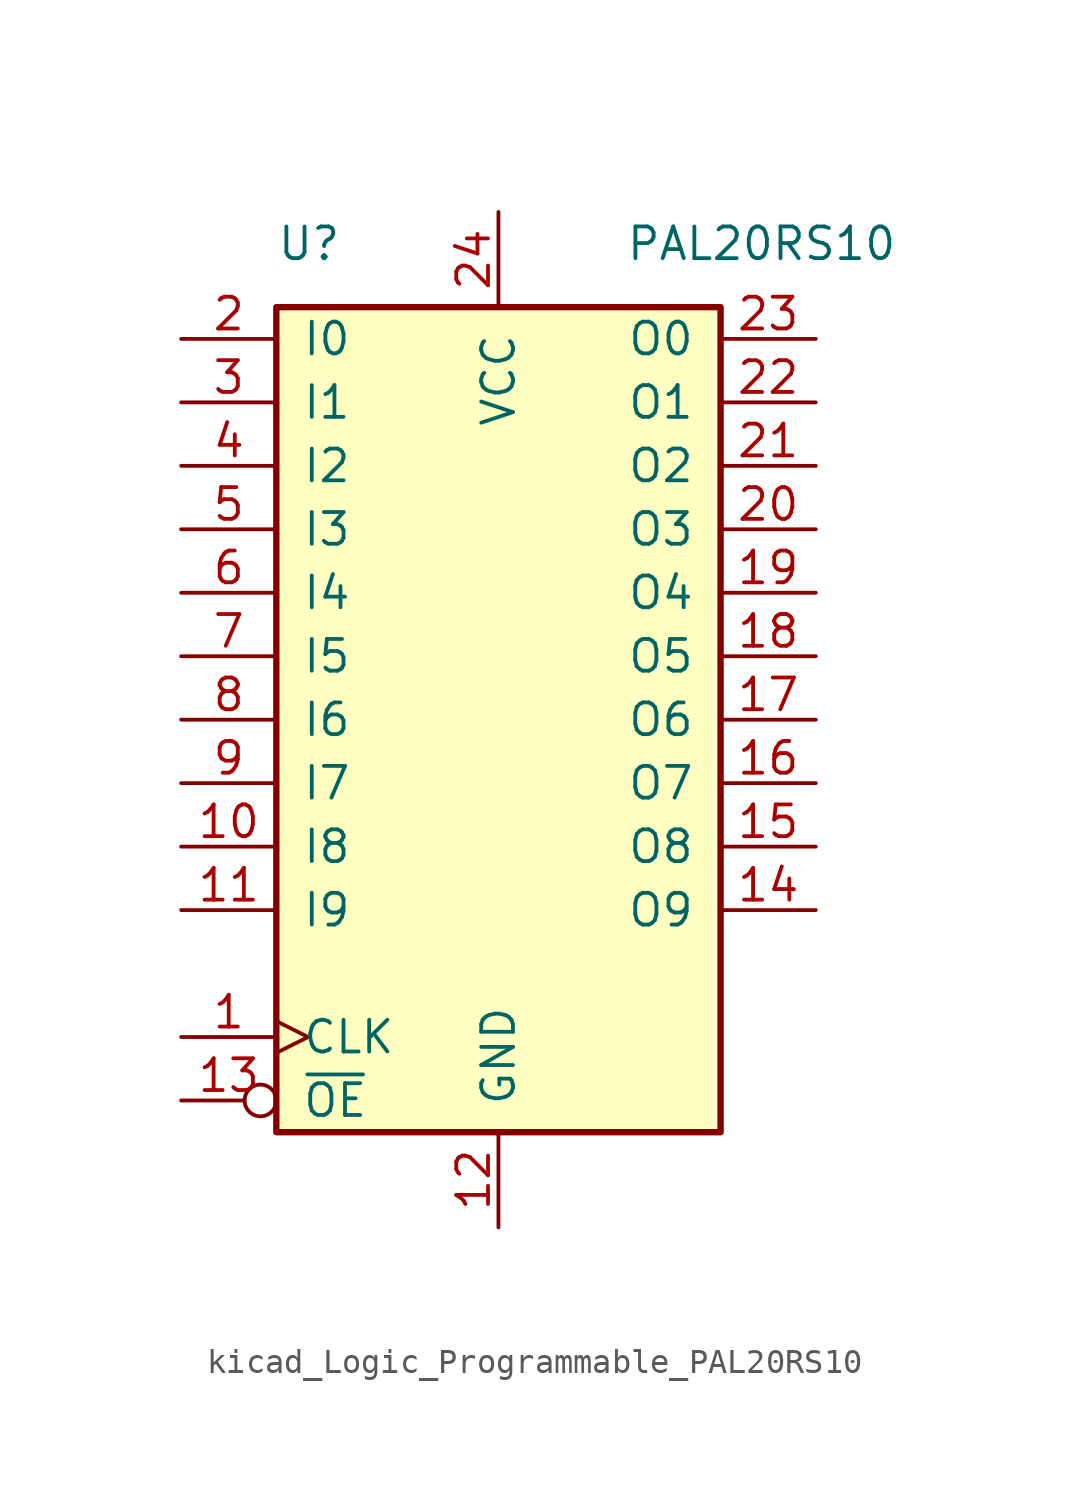
<source format=kicad_sym>
(kicad_symbol_lib
  (version 20220914)
  (generator kicad_symbol_editor)
  (symbol "kicad_Logic_Programmable_PAL20RS10"
    (pin_names
      (offset 1.016))
    (property "Reference" "U"
      (at -8.89 19.05 0)
      (effects (font (size 1.27 1.27)) (justify left)))
    (property "Value" "PAL20RS10"
      (at 5.08 19.05 0)
      (effects (font (size 1.27 1.27)) (justify left)))
    (symbol "kicad_Logic_Programmable_PAL20RS10_0_1"
      (rectangle (start -8.89 -16.51) (end 8.89 16.51) (stroke (width 0.254) (type default)) (fill (type background))))
    (symbol "kicad_Logic_Programmable_PAL20RS10_1_1"
      (pin input clock (at -12.7 -12.7 0) (length 3.81) (name "CLK" (effects (font (size 1.27 1.27)))) (number "1" (effects (font (size 1.27 1.27)))))
      (pin input line (at -12.7 -5.08 0) (length 3.81) (name "I8" (effects (font (size 1.27 1.27)))) (number "10" (effects (font (size 1.27 1.27)))))
      (pin input line (at -12.7 -7.62 0) (length 3.81) (name "I9" (effects (font (size 1.27 1.27)))) (number "11" (effects (font (size 1.27 1.27)))))
      (pin power_in line (at 0 -20.32 90) (length 3.81) (name "GND" (effects (font (size 1.27 1.27)))) (number "12" (effects (font (size 1.27 1.27)))))
      (pin input inverted (at -12.7 -15.24 0) (length 3.81) (name "~{OE}" (effects (font (size 1.27 1.27)))) (number "13" (effects (font (size 1.27 1.27)))))
      (pin output line (at 12.7 -7.62 180) (length 3.81) (name "O9" (effects (font (size 1.27 1.27)))) (number "14" (effects (font (size 1.27 1.27)))))
      (pin output line (at 12.7 -5.08 180) (length 3.81) (name "O8" (effects (font (size 1.27 1.27)))) (number "15" (effects (font (size 1.27 1.27)))))
      (pin output line (at 12.7 -2.54 180) (length 3.81) (name "O7" (effects (font (size 1.27 1.27)))) (number "16" (effects (font (size 1.27 1.27)))))
      (pin output line (at 12.7 0 180) (length 3.81) (name "O6" (effects (font (size 1.27 1.27)))) (number "17" (effects (font (size 1.27 1.27)))))
      (pin output line (at 12.7 2.54 180) (length 3.81) (name "O5" (effects (font (size 1.27 1.27)))) (number "18" (effects (font (size 1.27 1.27)))))
      (pin output line (at 12.7 5.08 180) (length 3.81) (name "O4" (effects (font (size 1.27 1.27)))) (number "19" (effects (font (size 1.27 1.27)))))
      (pin input line (at -12.7 15.24 0) (length 3.81) (name "I0" (effects (font (size 1.27 1.27)))) (number "2" (effects (font (size 1.27 1.27)))))
      (pin output line (at 12.7 7.62 180) (length 3.81) (name "O3" (effects (font (size 1.27 1.27)))) (number "20" (effects (font (size 1.27 1.27)))))
      (pin output line (at 12.7 10.16 180) (length 3.81) (name "O2" (effects (font (size 1.27 1.27)))) (number "21" (effects (font (size 1.27 1.27)))))
      (pin output line (at 12.7 12.7 180) (length 3.81) (name "O1" (effects (font (size 1.27 1.27)))) (number "22" (effects (font (size 1.27 1.27)))))
      (pin output line (at 12.7 15.24 180) (length 3.81) (name "O0" (effects (font (size 1.27 1.27)))) (number "23" (effects (font (size 1.27 1.27)))))
      (pin power_in line (at 0 20.32 270) (length 3.81) (name "VCC" (effects (font (size 1.27 1.27)))) (number "24" (effects (font (size 1.27 1.27)))))
      (pin input line (at -12.7 12.7 0) (length 3.81) (name "I1" (effects (font (size 1.27 1.27)))) (number "3" (effects (font (size 1.27 1.27)))))
      (pin input line (at -12.7 10.16 0) (length 3.81) (name "I2" (effects (font (size 1.27 1.27)))) (number "4" (effects (font (size 1.27 1.27)))))
      (pin input line (at -12.7 7.62 0) (length 3.81) (name "I3" (effects (font (size 1.27 1.27)))) (number "5" (effects (font (size 1.27 1.27)))))
      (pin input line (at -12.7 5.08 0) (length 3.81) (name "I4" (effects (font (size 1.27 1.27)))) (number "6" (effects (font (size 1.27 1.27)))))
      (pin input line (at -12.7 2.54 0) (length 3.81) (name "I5" (effects (font (size 1.27 1.27)))) (number "7" (effects (font (size 1.27 1.27)))))
      (pin input line (at -12.7 0 0) (length 3.81) (name "I6" (effects (font (size 1.27 1.27)))) (number "8" (effects (font (size 1.27 1.27)))))
      (pin input line (at -12.7 -2.54 0) (length 3.81) (name "I7" (effects (font (size 1.27 1.27)))) (number "9" (effects (font (size 1.27 1.27))))))))
</source>
